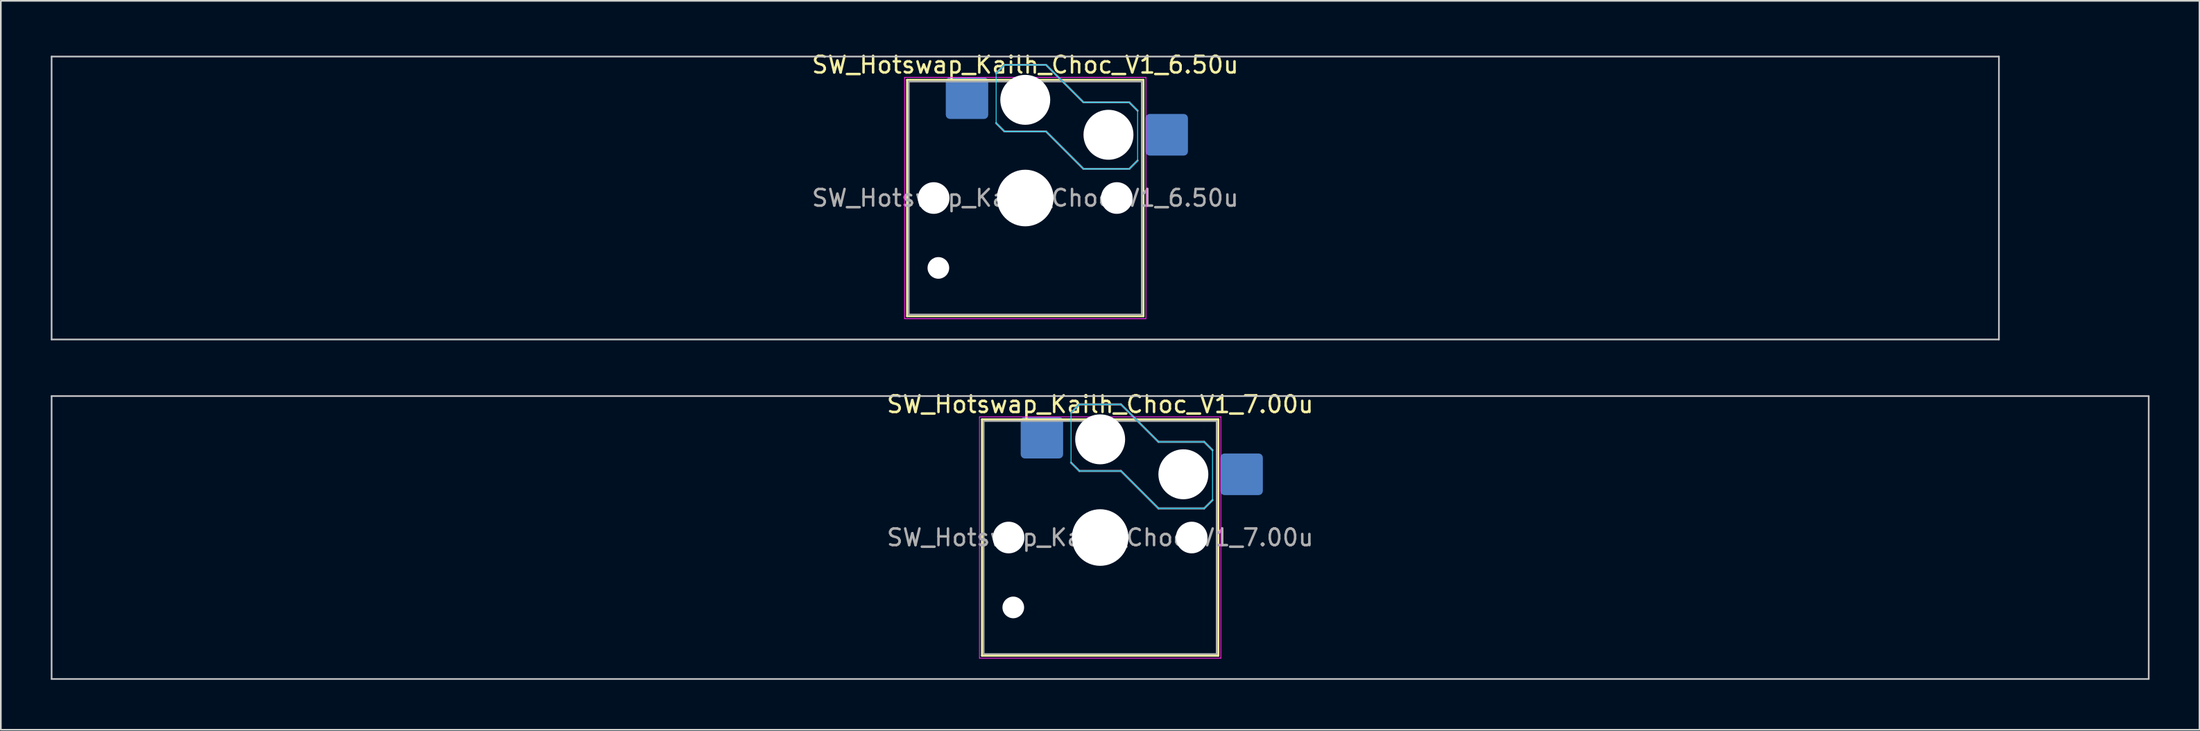
<source format=kicad_pcb>
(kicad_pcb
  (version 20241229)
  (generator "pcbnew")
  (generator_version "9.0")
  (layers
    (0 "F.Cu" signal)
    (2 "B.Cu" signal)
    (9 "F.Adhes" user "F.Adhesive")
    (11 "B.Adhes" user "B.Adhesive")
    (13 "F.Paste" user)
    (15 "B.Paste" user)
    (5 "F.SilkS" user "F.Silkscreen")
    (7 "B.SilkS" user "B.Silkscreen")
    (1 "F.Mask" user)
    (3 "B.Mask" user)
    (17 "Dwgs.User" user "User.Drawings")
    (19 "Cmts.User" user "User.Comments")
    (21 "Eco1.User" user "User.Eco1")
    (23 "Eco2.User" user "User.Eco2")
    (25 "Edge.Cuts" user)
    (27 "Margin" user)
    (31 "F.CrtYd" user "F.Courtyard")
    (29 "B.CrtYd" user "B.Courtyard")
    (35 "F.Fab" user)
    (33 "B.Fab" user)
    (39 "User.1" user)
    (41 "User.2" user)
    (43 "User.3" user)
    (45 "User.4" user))
  (footprint "SW_Hotswap_Kailh_Choc_V1_7.00u"
    (layer "F.Cu")
    (at 63.05 29.247)
    (property "Reference" "SW_Hotswap_Kailh_Choc_V1_7.00u" (at 0 -8 0) (layer "F.SilkS") (effects (font (size 1 1) (thickness 0.15))))
    (attr smd)
    (fp_line (start -7.1 -7.1) (end -7.1 7.1) (stroke (width 0.12) (type solid)) (layer "F.SilkS"))
    (fp_line (start -7.1 7.1) (end 7.1 7.1) (stroke (width 0.12) (type solid)) (layer "F.SilkS"))
    (fp_line (start 7.1 -7.1) (end -7.1 -7.1) (stroke (width 0.12) (type solid)) (layer "F.SilkS"))
    (fp_line (start 7.1 7.1) (end 7.1 -7.1) (stroke (width 0.12) (type solid)) (layer "F.SilkS"))
    (fp_line (start -1.75 -7.5) (end -1.25 -8) (stroke (width 0.12) (type solid)) (layer "B.SilkS"))
    (fp_line (start -1.25 -8) (end 1.25 -8) (stroke (width 0.12) (type solid)) (layer "B.SilkS"))
    (fp_line (start -1.25 -4) (end -1.75 -4.5) (stroke (width 0.12) (type solid)) (layer "B.SilkS"))
    (fp_line (start 1.25 -8) (end 3.5 -5.75) (stroke (width 0.12) (type solid)) (layer "B.SilkS"))
    (fp_line (start 1.25 -4) (end -1.25 -4) (stroke (width 0.12) (type solid)) (layer "B.SilkS"))
    (fp_line (start 3.5 -5.75) (end 6.25 -5.75) (stroke (width 0.12) (type solid)) (layer "B.SilkS"))
    (fp_line (start 3.5 -1.75) (end 1.25 -4) (stroke (width 0.12) (type solid)) (layer "B.SilkS"))
    (fp_line (start 6.25 -5.75) (end 6.75 -5.25) (stroke (width 0.12) (type solid)) (layer "B.SilkS"))
    (fp_line (start 6.25 -1.75) (end 3.5 -1.75) (stroke (width 0.12) (type solid)) (layer "B.SilkS"))
    (fp_line (start 6.75 -2.25) (end 6.25 -1.75) (stroke (width 0.12) (type solid)) (layer "B.SilkS"))
    (fp_line (start -63 -8.5) (end -63 8.5) (stroke (width 0.1) (type solid)) (layer "Dwgs.User"))
    (fp_line (start -63 8.5) (end 63 8.5) (stroke (width 0.1) (type solid)) (layer "Dwgs.User"))
    (fp_line (start 63 -8.5) (end -63 -8.5) (stroke (width 0.1) (type solid)) (layer "Dwgs.User"))
    (fp_line (start 63 8.5) (end 63 -8.5) (stroke (width 0.1) (type solid)) (layer "Dwgs.User"))
    (fp_line (start -1.75 -7.5) (end -1.25 -8) (stroke (width 0.05) (type solid)) (layer "B.CrtYd"))
    (fp_line (start -1.75 -4.5) (end -1.75 -7.5) (stroke (width 0.05) (type solid)) (layer "B.CrtYd"))
    (fp_line (start -1.25 -8) (end 1.25 -8) (stroke (width 0.05) (type solid)) (layer "B.CrtYd"))
    (fp_line (start -1.25 -4) (end -1.75 -4.5) (stroke (width 0.05) (type solid)) (layer "B.CrtYd"))
    (fp_line (start 1.25 -8) (end 3.5 -5.75) (stroke (width 0.05) (type solid)) (layer "B.CrtYd"))
    (fp_line (start 1.25 -4) (end -1.25 -4) (stroke (width 0.05) (type solid)) (layer "B.CrtYd"))
    (fp_line (start 3.5 -5.75) (end 6.25 -5.75) (stroke (width 0.05) (type solid)) (layer "B.CrtYd"))
    (fp_line (start 3.5 -1.75) (end 1.25 -4) (stroke (width 0.05) (type solid)) (layer "B.CrtYd"))
    (fp_line (start 6.25 -5.75) (end 6.75 -5.25) (stroke (width 0.05) (type solid)) (layer "B.CrtYd"))
    (fp_line (start 6.25 -1.75) (end 3.5 -1.75) (stroke (width 0.05) (type solid)) (layer "B.CrtYd"))
    (fp_line (start 6.75 -5.25) (end 6.75 -2.25) (stroke (width 0.05) (type solid)) (layer "B.CrtYd"))
    (fp_line (start 6.75 -2.25) (end 6.25 -1.75) (stroke (width 0.05) (type solid)) (layer "B.CrtYd"))
    (fp_line (start -7.25 -7.25) (end -7.25 7.25) (stroke (width 0.05) (type solid)) (layer "F.CrtYd"))
    (fp_line (start -7.25 7.25) (end 7.25 7.25) (stroke (width 0.05) (type solid)) (layer "F.CrtYd"))
    (fp_line (start 7.25 -7.25) (end -7.25 -7.25) (stroke (width 0.05) (type solid)) (layer "F.CrtYd"))
    (fp_line (start 7.25 7.25) (end 7.25 -7.25) (stroke (width 0.05) (type solid)) (layer "F.CrtYd"))
    (fp_line (start -1.75 -7.5) (end -1.25 -8) (stroke (width 0.1) (type solid)) (layer "B.Fab"))
    (fp_line (start -1.25 -8) (end 1.25 -8) (stroke (width 0.1) (type solid)) (layer "B.Fab"))
    (fp_line (start -1.25 -4) (end -1.75 -4.5) (stroke (width 0.1) (type solid)) (layer "B.Fab"))
    (fp_line (start 1.25 -8) (end 3.5 -5.75) (stroke (width 0.1) (type solid)) (layer "B.Fab"))
    (fp_line (start 1.25 -4) (end -1.25 -4) (stroke (width 0.1) (type solid)) (layer "B.Fab"))
    (fp_line (start 3.5 -5.75) (end 6.25 -5.75) (stroke (width 0.1) (type solid)) (layer "B.Fab"))
    (fp_line (start 3.5 -1.75) (end 1.25 -4) (stroke (width 0.1) (type solid)) (layer "B.Fab"))
    (fp_line (start 6.25 -5.75) (end 6.75 -5.25) (stroke (width 0.1) (type solid)) (layer "B.Fab"))
    (fp_line (start 6.25 -1.75) (end 3.5 -1.75) (stroke (width 0.1) (type solid)) (layer "B.Fab"))
    (fp_line (start 6.75 -2.25) (end 6.25 -1.75) (stroke (width 0.1) (type solid)) (layer "B.Fab"))
    (fp_line (start -7 -7) (end -7 7) (stroke (width 0.1) (type solid)) (layer "F.Fab"))
    (fp_line (start -7 7) (end 7 7) (stroke (width 0.1) (type solid)) (layer "F.Fab"))
    (fp_line (start 7 -7) (end -7 -7) (stroke (width 0.1) (type solid)) (layer "F.Fab"))
    (fp_line (start 7 7) (end 7 -7) (stroke (width 0.1) (type solid)) (layer "F.Fab"))
    (fp_text user "${REFERENCE}" (at 0 0 0) (layer "F.Fab") (effects (font (size 1 1) (thickness 0.15))))
    (pad "" np_thru_hole circle (at -5.5 0) (size 1.9 1.9) (drill 1.9) (layers "*.Cu" "*.Mask"))
    (pad "" np_thru_hole circle (at -5.22 4.2) (size 1.3 1.3) (drill 1.3) (layers "*.Cu" "*.Mask"))
    (pad "" np_thru_hole circle (at 0 -5.9) (size 3 3) (drill 3) (layers "*.Cu" "*.Mask"))
    (pad "" np_thru_hole circle (at 0 0) (size 3.4 3.4) (drill 3.4) (layers "*.Cu" "*.Mask"))
    (pad "" np_thru_hole circle (at 5 -3.8) (size 3 3) (drill 3) (layers "*.Cu" "*.Mask"))
    (pad "" np_thru_hole circle (at 5.5 0) (size 1.9 1.9) (drill 1.9) (layers "*.Cu" "*.Mask"))
    (pad "1" smd roundrect (at -3.5 -6) (size 2.55 2.5) (layers "B.Cu" "B.Mask" "B.Paste") (roundrect_rratio 0.1))
    (pad "2" smd roundrect (at 8.5 -3.8) (size 2.55 2.5) (layers "B.Cu" "B.Mask" "B.Paste") (roundrect_rratio 0.1)))
  (footprint "SW_Hotswap_Kailh_Choc_V1_6.50u"
    (layer "F.Cu")
    (at 58.55 8.848)
    (property "Reference" "SW_Hotswap_Kailh_Choc_V1_6.50u" (at 0 -8 0) (layer "F.SilkS") (effects (font (size 1 1) (thickness 0.15))))
    (attr smd)
    (fp_line (start -7.1 -7.1) (end -7.1 7.1) (stroke (width 0.12) (type solid)) (layer "F.SilkS"))
    (fp_line (start -7.1 7.1) (end 7.1 7.1) (stroke (width 0.12) (type solid)) (layer "F.SilkS"))
    (fp_line (start 7.1 -7.1) (end -7.1 -7.1) (stroke (width 0.12) (type solid)) (layer "F.SilkS"))
    (fp_line (start 7.1 7.1) (end 7.1 -7.1) (stroke (width 0.12) (type solid)) (layer "F.SilkS"))
    (fp_line (start -1.75 -7.5) (end -1.25 -8) (stroke (width 0.12) (type solid)) (layer "B.SilkS"))
    (fp_line (start -1.25 -8) (end 1.25 -8) (stroke (width 0.12) (type solid)) (layer "B.SilkS"))
    (fp_line (start -1.25 -4) (end -1.75 -4.5) (stroke (width 0.12) (type solid)) (layer "B.SilkS"))
    (fp_line (start 1.25 -8) (end 3.5 -5.75) (stroke (width 0.12) (type solid)) (layer "B.SilkS"))
    (fp_line (start 1.25 -4) (end -1.25 -4) (stroke (width 0.12) (type solid)) (layer "B.SilkS"))
    (fp_line (start 3.5 -5.75) (end 6.25 -5.75) (stroke (width 0.12) (type solid)) (layer "B.SilkS"))
    (fp_line (start 3.5 -1.75) (end 1.25 -4) (stroke (width 0.12) (type solid)) (layer "B.SilkS"))
    (fp_line (start 6.25 -5.75) (end 6.75 -5.25) (stroke (width 0.12) (type solid)) (layer "B.SilkS"))
    (fp_line (start 6.25 -1.75) (end 3.5 -1.75) (stroke (width 0.12) (type solid)) (layer "B.SilkS"))
    (fp_line (start 6.75 -2.25) (end 6.25 -1.75) (stroke (width 0.12) (type solid)) (layer "B.SilkS"))
    (fp_line (start -58.5 -8.5) (end -58.5 8.5) (stroke (width 0.1) (type solid)) (layer "Dwgs.User"))
    (fp_line (start -58.5 8.5) (end 58.5 8.5) (stroke (width 0.1) (type solid)) (layer "Dwgs.User"))
    (fp_line (start 58.5 -8.5) (end -58.5 -8.5) (stroke (width 0.1) (type solid)) (layer "Dwgs.User"))
    (fp_line (start 58.5 8.5) (end 58.5 -8.5) (stroke (width 0.1) (type solid)) (layer "Dwgs.User"))
    (fp_line (start -1.75 -7.5) (end -1.25 -8) (stroke (width 0.05) (type solid)) (layer "B.CrtYd"))
    (fp_line (start -1.75 -4.5) (end -1.75 -7.5) (stroke (width 0.05) (type solid)) (layer "B.CrtYd"))
    (fp_line (start -1.25 -8) (end 1.25 -8) (stroke (width 0.05) (type solid)) (layer "B.CrtYd"))
    (fp_line (start -1.25 -4) (end -1.75 -4.5) (stroke (width 0.05) (type solid)) (layer "B.CrtYd"))
    (fp_line (start 1.25 -8) (end 3.5 -5.75) (stroke (width 0.05) (type solid)) (layer "B.CrtYd"))
    (fp_line (start 1.25 -4) (end -1.25 -4) (stroke (width 0.05) (type solid)) (layer "B.CrtYd"))
    (fp_line (start 3.5 -5.75) (end 6.25 -5.75) (stroke (width 0.05) (type solid)) (layer "B.CrtYd"))
    (fp_line (start 3.5 -1.75) (end 1.25 -4) (stroke (width 0.05) (type solid)) (layer "B.CrtYd"))
    (fp_line (start 6.25 -5.75) (end 6.75 -5.25) (stroke (width 0.05) (type solid)) (layer "B.CrtYd"))
    (fp_line (start 6.25 -1.75) (end 3.5 -1.75) (stroke (width 0.05) (type solid)) (layer "B.CrtYd"))
    (fp_line (start 6.75 -5.25) (end 6.75 -2.25) (stroke (width 0.05) (type solid)) (layer "B.CrtYd"))
    (fp_line (start 6.75 -2.25) (end 6.25 -1.75) (stroke (width 0.05) (type solid)) (layer "B.CrtYd"))
    (fp_line (start -7.25 -7.25) (end -7.25 7.25) (stroke (width 0.05) (type solid)) (layer "F.CrtYd"))
    (fp_line (start -7.25 7.25) (end 7.25 7.25) (stroke (width 0.05) (type solid)) (layer "F.CrtYd"))
    (fp_line (start 7.25 -7.25) (end -7.25 -7.25) (stroke (width 0.05) (type solid)) (layer "F.CrtYd"))
    (fp_line (start 7.25 7.25) (end 7.25 -7.25) (stroke (width 0.05) (type solid)) (layer "F.CrtYd"))
    (fp_line (start -1.75 -7.5) (end -1.25 -8) (stroke (width 0.1) (type solid)) (layer "B.Fab"))
    (fp_line (start -1.25 -8) (end 1.25 -8) (stroke (width 0.1) (type solid)) (layer "B.Fab"))
    (fp_line (start -1.25 -4) (end -1.75 -4.5) (stroke (width 0.1) (type solid)) (layer "B.Fab"))
    (fp_line (start 1.25 -8) (end 3.5 -5.75) (stroke (width 0.1) (type solid)) (layer "B.Fab"))
    (fp_line (start 1.25 -4) (end -1.25 -4) (stroke (width 0.1) (type solid)) (layer "B.Fab"))
    (fp_line (start 3.5 -5.75) (end 6.25 -5.75) (stroke (width 0.1) (type solid)) (layer "B.Fab"))
    (fp_line (start 3.5 -1.75) (end 1.25 -4) (stroke (width 0.1) (type solid)) (layer "B.Fab"))
    (fp_line (start 6.25 -5.75) (end 6.75 -5.25) (stroke (width 0.1) (type solid)) (layer "B.Fab"))
    (fp_line (start 6.25 -1.75) (end 3.5 -1.75) (stroke (width 0.1) (type solid)) (layer "B.Fab"))
    (fp_line (start 6.75 -2.25) (end 6.25 -1.75) (stroke (width 0.1) (type solid)) (layer "B.Fab"))
    (fp_line (start -7 -7) (end -7 7) (stroke (width 0.1) (type solid)) (layer "F.Fab"))
    (fp_line (start -7 7) (end 7 7) (stroke (width 0.1) (type solid)) (layer "F.Fab"))
    (fp_line (start 7 -7) (end -7 -7) (stroke (width 0.1) (type solid)) (layer "F.Fab"))
    (fp_line (start 7 7) (end 7 -7) (stroke (width 0.1) (type solid)) (layer "F.Fab"))
    (fp_text user "${REFERENCE}" (at 0 0 0) (layer "F.Fab") (effects (font (size 1 1) (thickness 0.15))))
    (pad "" np_thru_hole circle (at -5.5 0) (size 1.9 1.9) (drill 1.9) (layers "*.Cu" "*.Mask"))
    (pad "" np_thru_hole circle (at -5.22 4.2) (size 1.3 1.3) (drill 1.3) (layers "*.Cu" "*.Mask"))
    (pad "" np_thru_hole circle (at 0 -5.9) (size 3 3) (drill 3) (layers "*.Cu" "*.Mask"))
    (pad "" np_thru_hole circle (at 0 0) (size 3.4 3.4) (drill 3.4) (layers "*.Cu" "*.Mask"))
    (pad "" np_thru_hole circle (at 5 -3.8) (size 3 3) (drill 3) (layers "*.Cu" "*.Mask"))
    (pad "" np_thru_hole circle (at 5.5 0) (size 1.9 1.9) (drill 1.9) (layers "*.Cu" "*.Mask"))
    (pad "1" smd roundrect (at -3.5 -6) (size 2.55 2.5) (layers "B.Cu" "B.Mask" "B.Paste") (roundrect_rratio 0.1))
    (pad "2" smd roundrect (at 8.5 -3.8) (size 2.55 2.5) (layers "B.Cu" "B.Mask" "B.Paste") (roundrect_rratio 0.1)))
  (gr_rect
    (start -3 -3)
    (end 129.1 40.797)
    (stroke (width 0.1) (type default))
    (fill no)
    (layer "Edge.Cuts")))
</source>
